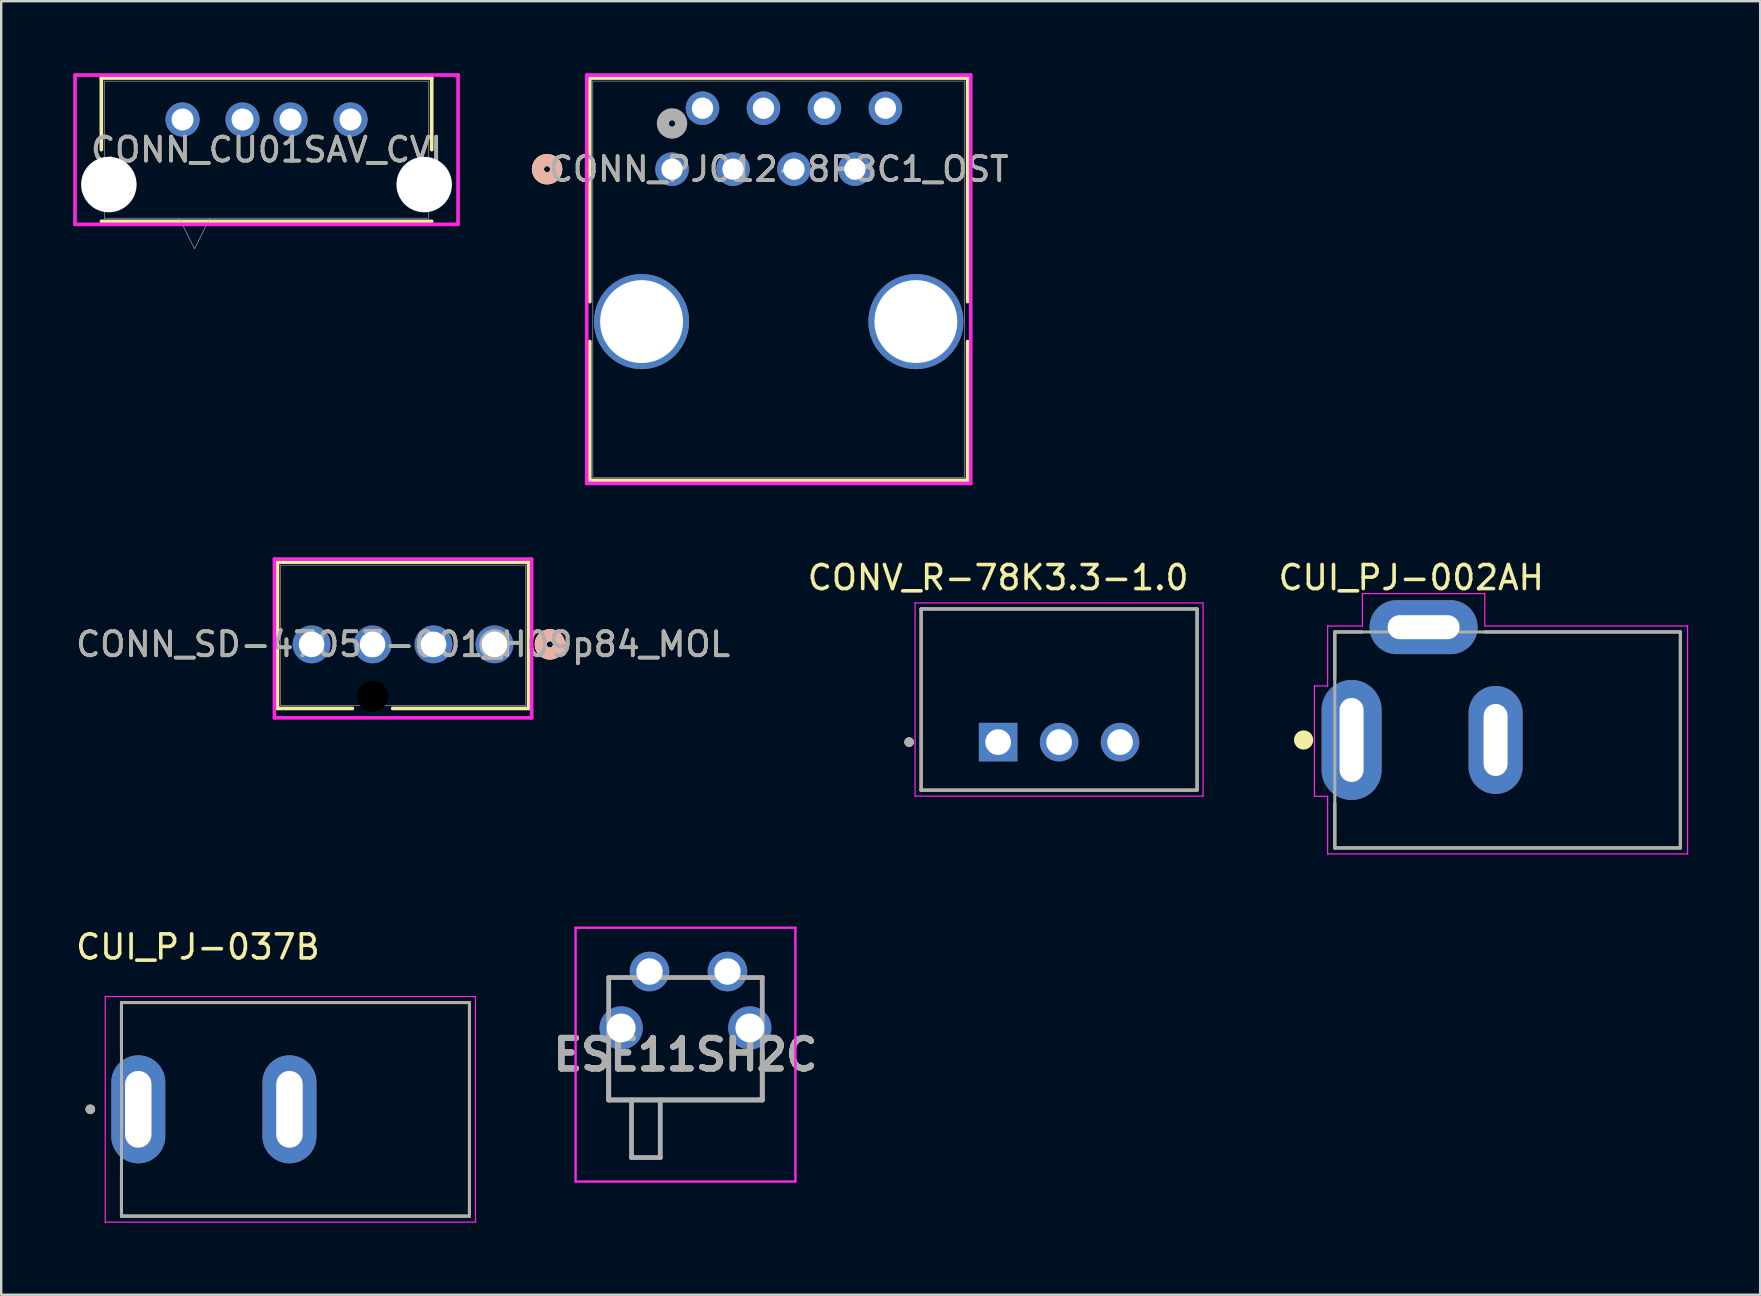
<source format=kicad_pcb>
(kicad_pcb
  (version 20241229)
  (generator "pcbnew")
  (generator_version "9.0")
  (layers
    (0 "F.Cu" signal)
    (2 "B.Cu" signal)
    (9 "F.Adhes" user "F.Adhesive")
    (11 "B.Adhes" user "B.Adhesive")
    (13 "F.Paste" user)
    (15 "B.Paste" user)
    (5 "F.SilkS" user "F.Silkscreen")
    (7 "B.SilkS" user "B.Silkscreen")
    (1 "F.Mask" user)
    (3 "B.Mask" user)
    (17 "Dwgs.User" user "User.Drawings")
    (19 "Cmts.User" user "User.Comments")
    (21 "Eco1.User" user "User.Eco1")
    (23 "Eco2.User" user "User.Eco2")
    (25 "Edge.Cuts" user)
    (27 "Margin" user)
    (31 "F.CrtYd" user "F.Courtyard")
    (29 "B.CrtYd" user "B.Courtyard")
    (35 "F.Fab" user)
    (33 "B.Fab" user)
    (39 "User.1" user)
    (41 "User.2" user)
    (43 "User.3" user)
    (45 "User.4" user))
  (footprint "CUI_PJ-002AH"
    (layer "F.Cu")
    (at 53.271 27.784)
    (property "Reference" "CUI_PJ-002AH" (at 2.485 -6.765 0) (layer "F.SilkS") (effects (font (size 1 1) (thickness 0.15))))
    (attr through_hole)
    (fp_line (start -0.7 -4.5) (end 0.45 -4.5) (stroke (width 0.127) (type solid)) (layer "F.SilkS"))
    (fp_line (start -0.7 -2.55) (end -0.7 -4.5) (stroke (width 0.127) (type solid)) (layer "F.SilkS"))
    (fp_line (start -0.7 4.5) (end -0.7 2.65) (stroke (width 0.127) (type solid)) (layer "F.SilkS"))
    (fp_line (start 5.55 -4.5) (end 13.7 -4.5) (stroke (width 0.127) (type solid)) (layer "F.SilkS"))
    (fp_line (start 13.7 -4.5) (end 13.7 4.5) (stroke (width 0.127) (type solid)) (layer "F.SilkS"))
    (fp_line (start 13.7 4.5) (end -0.7 4.5) (stroke (width 0.127) (type solid)) (layer "F.SilkS"))
    (fp_circle (center -2 0) (end -1.8 0) (stroke (width 0.4) (type solid)) (fill no) (layer "F.SilkS"))
    (fp_line (start -1.55 -2.25) (end -1.55 2.35) (stroke (width 0.05) (type solid)) (layer "F.CrtYd"))
    (fp_line (start -1.55 2.35) (end -1 2.35) (stroke (width 0.05) (type solid)) (layer "F.CrtYd"))
    (fp_line (start -1 -4.75) (end 0.45 -4.75) (stroke (width 0.05) (type solid)) (layer "F.CrtYd"))
    (fp_line (start -1 -2.25) (end -1.55 -2.25) (stroke (width 0.05) (type solid)) (layer "F.CrtYd"))
    (fp_line (start -1 -2.25) (end -1 -4.75) (stroke (width 0.05) (type solid)) (layer "F.CrtYd"))
    (fp_line (start -1 4.75) (end -1 2.35) (stroke (width 0.05) (type solid)) (layer "F.CrtYd"))
    (fp_line (start 0.45 -6.1) (end 5.55 -6.1) (stroke (width 0.05) (type solid)) (layer "F.CrtYd"))
    (fp_line (start 0.45 -4.75) (end 0.45 -6.1) (stroke (width 0.05) (type solid)) (layer "F.CrtYd"))
    (fp_line (start 5.55 -6.1) (end 5.55 -4.75) (stroke (width 0.05) (type solid)) (layer "F.CrtYd"))
    (fp_line (start 5.55 -4.75) (end 14 -4.75) (stroke (width 0.05) (type solid)) (layer "F.CrtYd"))
    (fp_line (start 14 -4.75) (end 14 4.75) (stroke (width 0.05) (type solid)) (layer "F.CrtYd"))
    (fp_line (start 14 4.75) (end -1 4.75) (stroke (width 0.05) (type solid)) (layer "F.CrtYd"))
    (fp_line (start -0.7 -4.5) (end 13.7 -4.5) (stroke (width 0.127) (type solid)) (layer "F.Fab"))
    (fp_line (start -0.7 4.5) (end -0.7 -4.5) (stroke (width 0.127) (type solid)) (layer "F.Fab"))
    (fp_line (start 13.7 -4.5) (end 13.7 4.5) (stroke (width 0.127) (type solid)) (layer "F.Fab"))
    (fp_line (start 13.7 4.5) (end -0.7 4.5) (stroke (width 0.127) (type solid)) (layer "F.Fab"))
    (pad "1" thru_hole oval (at 0 0) (size 2.5 5) (drill oval 1 3.5) (layers "*.Cu" "*.Mask"))
    (pad "2" thru_hole oval (at 6 0) (size 2.25 4.5) (drill oval 1 3) (layers "*.Cu" "*.Mask"))
    (pad "3" thru_hole oval (at 3 -4.7) (size 4.5 2.25) (drill oval 3 1) (layers "*.Cu" "*.Mask")))
  (footprint "CONN_SD-47053-001_H09p84_MOL"
    (layer "F.Cu")
    (at 17.554 23.801)
    (property "Reference" "CONN_SD-47053-001_H09p84_MOL" (at -3.81 0 0) (unlocked yes) (layer "F.SilkS") (effects (font (size 1 1) (thickness 0.15))))
    (attr through_hole)
    (fp_line (start -9.042 -3.427) (end -9.042 2.669) (stroke (width 0.152) (type solid)) (layer "F.SilkS"))
    (fp_line (start -9.042 2.669) (end -5.918 2.669) (stroke (width 0.152) (type solid)) (layer "F.SilkS"))
    (fp_line (start -4.242 2.669) (end 1.422 2.669) (stroke (width 0.152) (type solid)) (layer "F.SilkS"))
    (fp_line (start 1.422 -3.427) (end -9.042 -3.427) (stroke (width 0.152) (type solid)) (layer "F.SilkS"))
    (fp_line (start 1.422 2.669) (end 1.422 -3.427) (stroke (width 0.152) (type solid)) (layer "F.SilkS"))
    (fp_circle (center 2.311 0) (end 2.692 0) (stroke (width 0.508) (type solid)) (fill no) (layer "F.SilkS"))
    (fp_circle (center 2.311 0) (end 2.692 0) (stroke (width 0.508) (type solid)) (fill no) (layer "B.SilkS"))
    (fp_line (start -9.169 -3.554) (end -9.169 3.062) (stroke (width 0.152) (type solid)) (layer "F.CrtYd"))
    (fp_line (start -9.169 3.062) (end 1.549 3.062) (stroke (width 0.152) (type solid)) (layer "F.CrtYd"))
    (fp_line (start 1.549 -3.554) (end -9.169 -3.554) (stroke (width 0.152) (type solid)) (layer "F.CrtYd"))
    (fp_line (start 1.549 3.062) (end 1.549 -3.554) (stroke (width 0.152) (type solid)) (layer "F.CrtYd"))
    (fp_line (start -8.915 -3.3) (end -8.915 2.542) (stroke (width 0.025) (type solid)) (layer "F.Fab"))
    (fp_line (start -8.915 2.542) (end 1.295 2.542) (stroke (width 0.025) (type solid)) (layer "F.Fab"))
    (fp_line (start 1.295 -3.3) (end -8.915 -3.3) (stroke (width 0.025) (type solid)) (layer "F.Fab"))
    (fp_line (start 1.295 2.542) (end 1.295 -3.3) (stroke (width 0.025) (type solid)) (layer "F.Fab"))
    (fp_circle (center 0 0) (end 0.381 0) (stroke (width 0.508) (type solid)) (fill no) (layer "F.Fab"))
    (fp_text user "${REFERENCE}" (at -3.81 0 0) (unlocked yes) (layer "F.Fab") (effects (font (size 1 1) (thickness 0.15))))
    (pad "" np_thru_hole circle (at -5.08 2.16) (size 1.295 1.295) (drill 1.295) (layers))
    (pad "1" thru_hole circle (at 0 0) (size 1.575 1.575) (drill 1.067) (layers "*.Cu" "*.Mask"))
    (pad "2" thru_hole circle (at -2.54 0) (size 1.575 1.575) (drill 1.067) (layers "*.Cu" "*.Mask"))
    (pad "3" thru_hole circle (at -5.08 0) (size 1.575 1.575) (drill 1.067) (layers "*.Cu" "*.Mask"))
    (pad "4" thru_hole circle (at -7.62 0) (size 1.575 1.575) (drill 1.067) (layers "*.Cu" "*.Mask")))
  (footprint "CONN_PJ012-8P8C1_OST"
    (layer "F.Cu")
    (at 24.954 4)
    (property "Reference" "CONN_PJ012-8P8C1_OST" (at 4.445 0 0) (unlocked yes) (layer "F.SilkS") (effects (font (size 1 1) (thickness 0.15))))
    (attr through_hole)
    (fp_line (start -3.429 -3.797) (end -3.429 5.518) (stroke (width 0.152) (type solid)) (layer "F.SilkS"))
    (fp_line (start -3.429 7.182) (end -3.429 12.967) (stroke (width 0.152) (type solid)) (layer "F.SilkS"))
    (fp_line (start -3.429 12.967) (end 12.319 12.967) (stroke (width 0.152) (type solid)) (layer "F.SilkS"))
    (fp_line (start 12.319 -3.797) (end -3.429 -3.797) (stroke (width 0.152) (type solid)) (layer "F.SilkS"))
    (fp_line (start 12.319 5.518) (end 12.319 -3.797) (stroke (width 0.152) (type solid)) (layer "F.SilkS"))
    (fp_line (start 12.319 12.967) (end 12.319 7.182) (stroke (width 0.152) (type solid)) (layer "F.SilkS"))
    (fp_circle (center -5.207 0) (end -4.826 0) (stroke (width 0.508) (type solid)) (fill no) (layer "F.SilkS"))
    (fp_circle (center -5.207 0) (end -4.826 0) (stroke (width 0.508) (type solid)) (fill no) (layer "B.SilkS"))
    (fp_line (start -3.556 -3.924) (end -3.556 13.094) (stroke (width 0.152) (type solid)) (layer "F.CrtYd"))
    (fp_line (start -3.556 13.094) (end 12.446 13.094) (stroke (width 0.152) (type solid)) (layer "F.CrtYd"))
    (fp_line (start 12.446 -3.924) (end -3.556 -3.924) (stroke (width 0.152) (type solid)) (layer "F.CrtYd"))
    (fp_line (start 12.446 13.094) (end 12.446 -3.924) (stroke (width 0.152) (type solid)) (layer "F.CrtYd"))
    (fp_line (start -3.302 -3.67) (end -3.302 12.84) (stroke (width 0.025) (type solid)) (layer "F.Fab"))
    (fp_line (start -3.302 12.84) (end 12.192 12.84) (stroke (width 0.025) (type solid)) (layer "F.Fab"))
    (fp_line (start 12.192 -3.67) (end -3.302 -3.67) (stroke (width 0.025) (type solid)) (layer "F.Fab"))
    (fp_line (start 12.192 12.84) (end 12.192 -3.67) (stroke (width 0.025) (type solid)) (layer "F.Fab"))
    (fp_circle (center 0 -1.905) (end 0.381 -1.905) (stroke (width 0.508) (type solid)) (fill no) (layer "F.Fab"))
    (fp_text user "${REFERENCE}" (at 4.445 0 0) (unlocked yes) (layer "F.Fab") (effects (font (size 1 1) (thickness 0.15))))
    (pad "1" thru_hole circle (at 0 0) (size 1.397 1.397) (drill 0.889) (layers "*.Cu" "*.Mask"))
    (pad "2" thru_hole circle (at 1.27 -2.54) (size 1.397 1.397) (drill 0.889) (layers "*.Cu" "*.Mask"))
    (pad "3" thru_hole circle (at 2.54 0) (size 1.397 1.397) (drill 0.889) (layers "*.Cu" "*.Mask"))
    (pad "4" thru_hole circle (at 3.81 -2.54) (size 1.397 1.397) (drill 0.889) (layers "*.Cu" "*.Mask"))
    (pad "5" thru_hole circle (at 5.08 0) (size 1.397 1.397) (drill 0.889) (layers "*.Cu" "*.Mask"))
    (pad "6" thru_hole circle (at 6.35 -2.54) (size 1.397 1.397) (drill 0.889) (layers "*.Cu" "*.Mask"))
    (pad "7" thru_hole circle (at 7.62 0) (size 1.397 1.397) (drill 0.889) (layers "*.Cu" "*.Mask"))
    (pad "8" thru_hole circle (at 8.89 -2.54) (size 1.397 1.397) (drill 0.889) (layers "*.Cu" "*.Mask"))
    (pad "9" thru_hole circle (at -1.27 6.35 90) (size 3.962 3.962) (drill 3.454) (layers "*.Cu" "*.Mask"))
    (pad "10" thru_hole circle (at 10.16 6.35 90) (size 3.962 3.962) (drill 3.454) (layers "*.Cu" "*.Mask")))
  (footprint "CUI_PJ-037B"
    (layer "F.Cu")
    (at 2.712 43.175)
    (property "Reference" "CUI_PJ-037B" (at 2.486 -6.767 0) (layer "F.SilkS") (effects (font (size 1 1) (thickness 0.15))))
    (attr through_hole)
    (fp_line (start -0.7 -4.45) (end 13.8 -4.45) (stroke (width 0.127) (type solid)) (layer "F.SilkS"))
    (fp_line (start -0.7 -2.55) (end -0.7 -4.45) (stroke (width 0.127) (type solid)) (layer "F.SilkS"))
    (fp_line (start -0.7 4.45) (end -0.7 2.65) (stroke (width 0.127) (type solid)) (layer "F.SilkS"))
    (fp_line (start 13.8 -4.45) (end 13.8 4.45) (stroke (width 0.127) (type solid)) (layer "F.SilkS"))
    (fp_line (start 13.8 4.45) (end -0.7 4.45) (stroke (width 0.127) (type solid)) (layer "F.SilkS"))
    (fp_circle (center -2 0) (end -1.9 0) (stroke (width 0.2) (type solid)) (fill no) (layer "F.SilkS"))
    (fp_line (start -1.375 -4.7) (end -1.375 4.7) (stroke (width 0.05) (type solid)) (layer "F.CrtYd"))
    (fp_line (start -1.375 -4.7) (end 14.05 -4.7) (stroke (width 0.05) (type solid)) (layer "F.CrtYd"))
    (fp_line (start 14.05 -4.7) (end 14.05 4.7) (stroke (width 0.05) (type solid)) (layer "F.CrtYd"))
    (fp_line (start 14.05 4.7) (end -1.375 4.7) (stroke (width 0.05) (type solid)) (layer "F.CrtYd"))
    (fp_line (start -0.7 -4.45) (end 13.8 -4.45) (stroke (width 0.127) (type solid)) (layer "F.Fab"))
    (fp_line (start -0.7 4.45) (end -0.7 -4.45) (stroke (width 0.127) (type solid)) (layer "F.Fab"))
    (fp_line (start 13.8 -4.45) (end 13.8 4.45) (stroke (width 0.127) (type solid)) (layer "F.Fab"))
    (fp_line (start 13.8 4.45) (end -0.7 4.45) (stroke (width 0.127) (type solid)) (layer "F.Fab"))
    (fp_circle (center -2 0) (end -1.9 0) (stroke (width 0.2) (type solid)) (fill no) (layer "F.Fab"))
    (pad "1" thru_hole oval (at 0 0) (size 2.25 4.5) (drill oval 1.1 3.2) (layers "*.Cu" "*.Mask"))
    (pad "2" thru_hole oval (at 6.3 0) (size 2.25 4.5) (drill oval 1.1 3.2) (layers "*.Cu" "*.Mask")))
  (footprint "ESE11SH2C"
    (layer "F.Cu")
    (at 23.864 39.784)
    (property "Reference" "ESE11SH2C" (at 1.65 1.112 0) (layer "F.SilkS") (effects (font (size 1.27 1.27) (thickness 0.254))))
    (attr through_hole)
    (fp_line (start -1.55 -2.1) (end -1.03 -2.1) (stroke (width 0.1) (type solid)) (layer "F.SilkS"))
    (fp_line (start -1.55 -1) (end -1.55 -2.1) (stroke (width 0.1) (type solid)) (layer "F.SilkS"))
    (fp_line (start -1.55 1) (end -1.55 3) (stroke (width 0.1) (type solid)) (layer "F.SilkS"))
    (fp_line (start -1.55 3) (end 4.85 3) (stroke (width 0.1) (type solid)) (layer "F.SilkS"))
    (fp_line (start -1.03 -2.1) (end -0.85 -2.1) (stroke (width 0.1) (type solid)) (layer "F.SilkS"))
    (fp_line (start 4.85 -2.1) (end 4.65 -2.1) (stroke (width 0.1) (type solid)) (layer "F.SilkS"))
    (fp_line (start 4.85 -1) (end 4.85 -2.1) (stroke (width 0.1) (type solid)) (layer "F.SilkS"))
    (fp_line (start 4.85 3) (end 4.85 1) (stroke (width 0.1) (type solid)) (layer "F.SilkS"))
    (fp_line (start -2.93 -4.175) (end 6.23 -4.175) (stroke (width 0.1) (type solid)) (layer "F.CrtYd"))
    (fp_line (start -2.93 6.4) (end -2.93 -4.175) (stroke (width 0.1) (type solid)) (layer "F.CrtYd"))
    (fp_line (start 6.23 -4.175) (end 6.23 6.4) (stroke (width 0.1) (type solid)) (layer "F.CrtYd"))
    (fp_line (start 6.23 6.4) (end -2.93 6.4) (stroke (width 0.1) (type solid)) (layer "F.CrtYd"))
    (fp_line (start -1.55 -2.1) (end 4.85 -2.1) (stroke (width 0.2) (type solid)) (layer "F.Fab"))
    (fp_line (start -1.55 1) (end -1.55 3) (stroke (width 0.2) (type solid)) (layer "F.Fab"))
    (fp_line (start -1.55 3) (end -1.55 -2.1) (stroke (width 0.2) (type solid)) (layer "F.Fab"))
    (fp_line (start -1.55 3) (end 4.85 3) (stroke (width 0.2) (type solid)) (layer "F.Fab"))
    (fp_line (start -0.6 5.4) (end -0.6 3) (stroke (width 0.2) (type solid)) (layer "F.Fab"))
    (fp_line (start 0.6 5.4) (end -0.6 5.4) (stroke (width 0.2) (type solid)) (layer "F.Fab"))
    (fp_line (start 0.6 5.4) (end 0.6 3) (stroke (width 0.2) (type solid)) (layer "F.Fab"))
    (fp_line (start 4.85 -2.1) (end 4.85 3) (stroke (width 0.2) (type solid)) (layer "F.Fab"))
    (fp_line (start 4.85 3) (end -1.55 3) (stroke (width 0.2) (type solid)) (layer "F.Fab"))
    (fp_line (start 4.85 3) (end 4.85 1) (stroke (width 0.2) (type solid)) (layer "F.Fab"))
    (fp_text user "${REFERENCE}" (at 1.65 1.112 0) (layer "F.Fab") (effects (font (size 1.27 1.27) (thickness 0.254))))
    (pad "1" thru_hole circle (at 0.15 -2.35) (size 1.65 1.65) (drill 1.1) (layers "*.Cu" "*.Mask"))
    (pad "2" thru_hole circle (at 3.4 -2.35) (size 1.65 1.65) (drill 1.1) (layers "*.Cu" "*.Mask"))
    (pad "3" thru_hole circle (at -1.03 0) (size 1.8 1.8) (drill 1.2) (layers "*.Cu" "*.Mask"))
    (pad "4" thru_hole circle (at 4.33 0) (size 1.8 1.8) (drill 1.2) (layers "*.Cu" "*.Mask")))
  (footprint "CONV_R-78K3.3-1.0"
    (layer "F.Cu")
    (at 41.082 26.099)
    (property "Reference" "CONV_R-78K3.3-1.0" (at -2.54 -5.08 0) (layer "F.SilkS") (effects (font (size 1 1) (thickness 0.15))))
    (attr through_hole)
    (fp_line (start -5.75 -3.775) (end 5.75 -3.775) (stroke (width 0.127) (type solid)) (layer "F.SilkS"))
    (fp_line (start -5.75 3.775) (end -5.75 -3.775) (stroke (width 0.127) (type solid)) (layer "F.SilkS"))
    (fp_line (start 5.75 -3.775) (end 5.75 3.775) (stroke (width 0.127) (type solid)) (layer "F.SilkS"))
    (fp_line (start 5.75 3.775) (end -5.75 3.775) (stroke (width 0.127) (type solid)) (layer "F.SilkS"))
    (fp_circle (center -6.25 1.775) (end -6.15 1.775) (stroke (width 0.2) (type solid)) (fill no) (layer "F.SilkS"))
    (fp_line (start -6 -4.025) (end -6 4.025) (stroke (width 0.05) (type solid)) (layer "F.CrtYd"))
    (fp_line (start -6 4.025) (end 6 4.025) (stroke (width 0.05) (type solid)) (layer "F.CrtYd"))
    (fp_line (start 6 -4.025) (end -6 -4.025) (stroke (width 0.05) (type solid)) (layer "F.CrtYd"))
    (fp_line (start 6 4.025) (end 6 -4.025) (stroke (width 0.05) (type solid)) (layer "F.CrtYd"))
    (fp_line (start -5.75 -3.775) (end 5.75 -3.775) (stroke (width 0.127) (type solid)) (layer "F.Fab"))
    (fp_line (start -5.75 3.775) (end -5.75 -3.775) (stroke (width 0.127) (type solid)) (layer "F.Fab"))
    (fp_line (start 5.75 -3.775) (end 5.75 3.775) (stroke (width 0.127) (type solid)) (layer "F.Fab"))
    (fp_line (start 5.75 3.775) (end -5.75 3.775) (stroke (width 0.127) (type solid)) (layer "F.Fab"))
    (fp_circle (center -6.25 1.775) (end -6.15 1.775) (stroke (width 0.2) (type solid)) (fill no) (layer "F.Fab"))
    (pad "1" thru_hole rect (at -2.54 1.775) (size 1.605 1.605) (drill 1.07) (layers "*.Cu" "*.Mask"))
    (pad "2" thru_hole circle (at 0 1.775) (size 1.605 1.605) (drill 1.07) (layers "*.Cu" "*.Mask"))
    (pad "3" thru_hole circle (at 2.54 1.775) (size 1.605 1.605) (drill 1.07) (layers "*.Cu" "*.Mask")))
  (footprint "CONN_CU01SAV_CVI"
    (layer "F.Cu")
    (at 8.056 3.188)
    (property "Reference" "CONN_CU01SAV_CVI" (at 0 0 0) (unlocked yes) (layer "F.SilkS") (effects (font (size 1 1) (thickness 0.15))))
    (attr through_hole)
    (fp_line (start -6.883 -2.985) (end -6.883 -0.003) (stroke (width 0.152) (type solid)) (layer "F.SilkS"))
    (fp_line (start -6.883 2.985) (end 6.883 2.985) (stroke (width 0.152) (type solid)) (layer "F.SilkS"))
    (fp_line (start 6.883 -2.985) (end -6.883 -2.985) (stroke (width 0.152) (type solid)) (layer "F.SilkS"))
    (fp_line (start 6.883 -0.003) (end 6.883 -2.985) (stroke (width 0.152) (type solid)) (layer "F.SilkS"))
    (fp_line (start -7.98 -3.111) (end 7.98 -3.111) (stroke (width 0.152) (type solid)) (layer "F.CrtYd"))
    (fp_line (start -7.98 3.111) (end -7.98 -3.111) (stroke (width 0.152) (type solid)) (layer "F.CrtYd"))
    (fp_line (start 7.98 3.111) (end -7.98 3.111) (stroke (width 0.152) (type solid)) (layer "F.CrtYd"))
    (fp_line (start 7.98 3.111) (end 7.98 -3.111) (stroke (width 0.152) (type solid)) (layer "F.CrtYd"))
    (fp_line (start -6.756 -2.857) (end -6.756 2.857) (stroke (width 0.025) (type solid)) (layer "F.Fab"))
    (fp_line (start -6.756 2.857) (end 6.756 2.857) (stroke (width 0.025) (type solid)) (layer "F.Fab"))
    (fp_line (start -3.635 2.857) (end -3 4.128) (stroke (width 0.025) (type solid)) (layer "F.Fab"))
    (fp_line (start -2.365 2.857) (end -3 4.128) (stroke (width 0.025) (type solid)) (layer "F.Fab"))
    (fp_line (start 6.756 -2.857) (end -6.756 -2.857) (stroke (width 0.025) (type solid)) (layer "F.Fab"))
    (fp_line (start 6.756 2.857) (end 6.756 -2.857) (stroke (width 0.025) (type solid)) (layer "F.Fab"))
    (fp_text user "${REFERENCE}" (at 0 0 0) (unlocked yes) (layer "F.Fab") (effects (font (size 1 1) (thickness 0.15))))
    (pad "" np_thru_hole circle (at -6.57 1.452 90) (size 2.311 2.311) (drill 2.311) (layers "*.Cu" "*.Mask"))
    (pad "" np_thru_hole circle (at 6.57 1.452 90) (size 2.311 2.311) (drill 2.311) (layers "*.Cu" "*.Mask"))
    (pad "1" thru_hole circle (at -3.5 -1.258) (size 1.422 1.422) (drill 0.914) (layers "*.Cu" "*.Mask"))
    (pad "2" thru_hole circle (at -1 -1.258) (size 1.422 1.422) (drill 0.914) (layers "*.Cu" "*.Mask"))
    (pad "3" thru_hole circle (at 1 -1.258) (size 1.422 1.422) (drill 0.914) (layers "*.Cu" "*.Mask"))
    (pad "4" thru_hole circle (at 3.5 -1.258) (size 1.422 1.422) (drill 0.914) (layers "*.Cu" "*.Mask")))
  (gr_rect
    (start -3 -3)
    (end 70.296 50.9)
    (stroke (width 0.1) (type default))
    (fill no)
    (layer "Edge.Cuts")))
</source>
